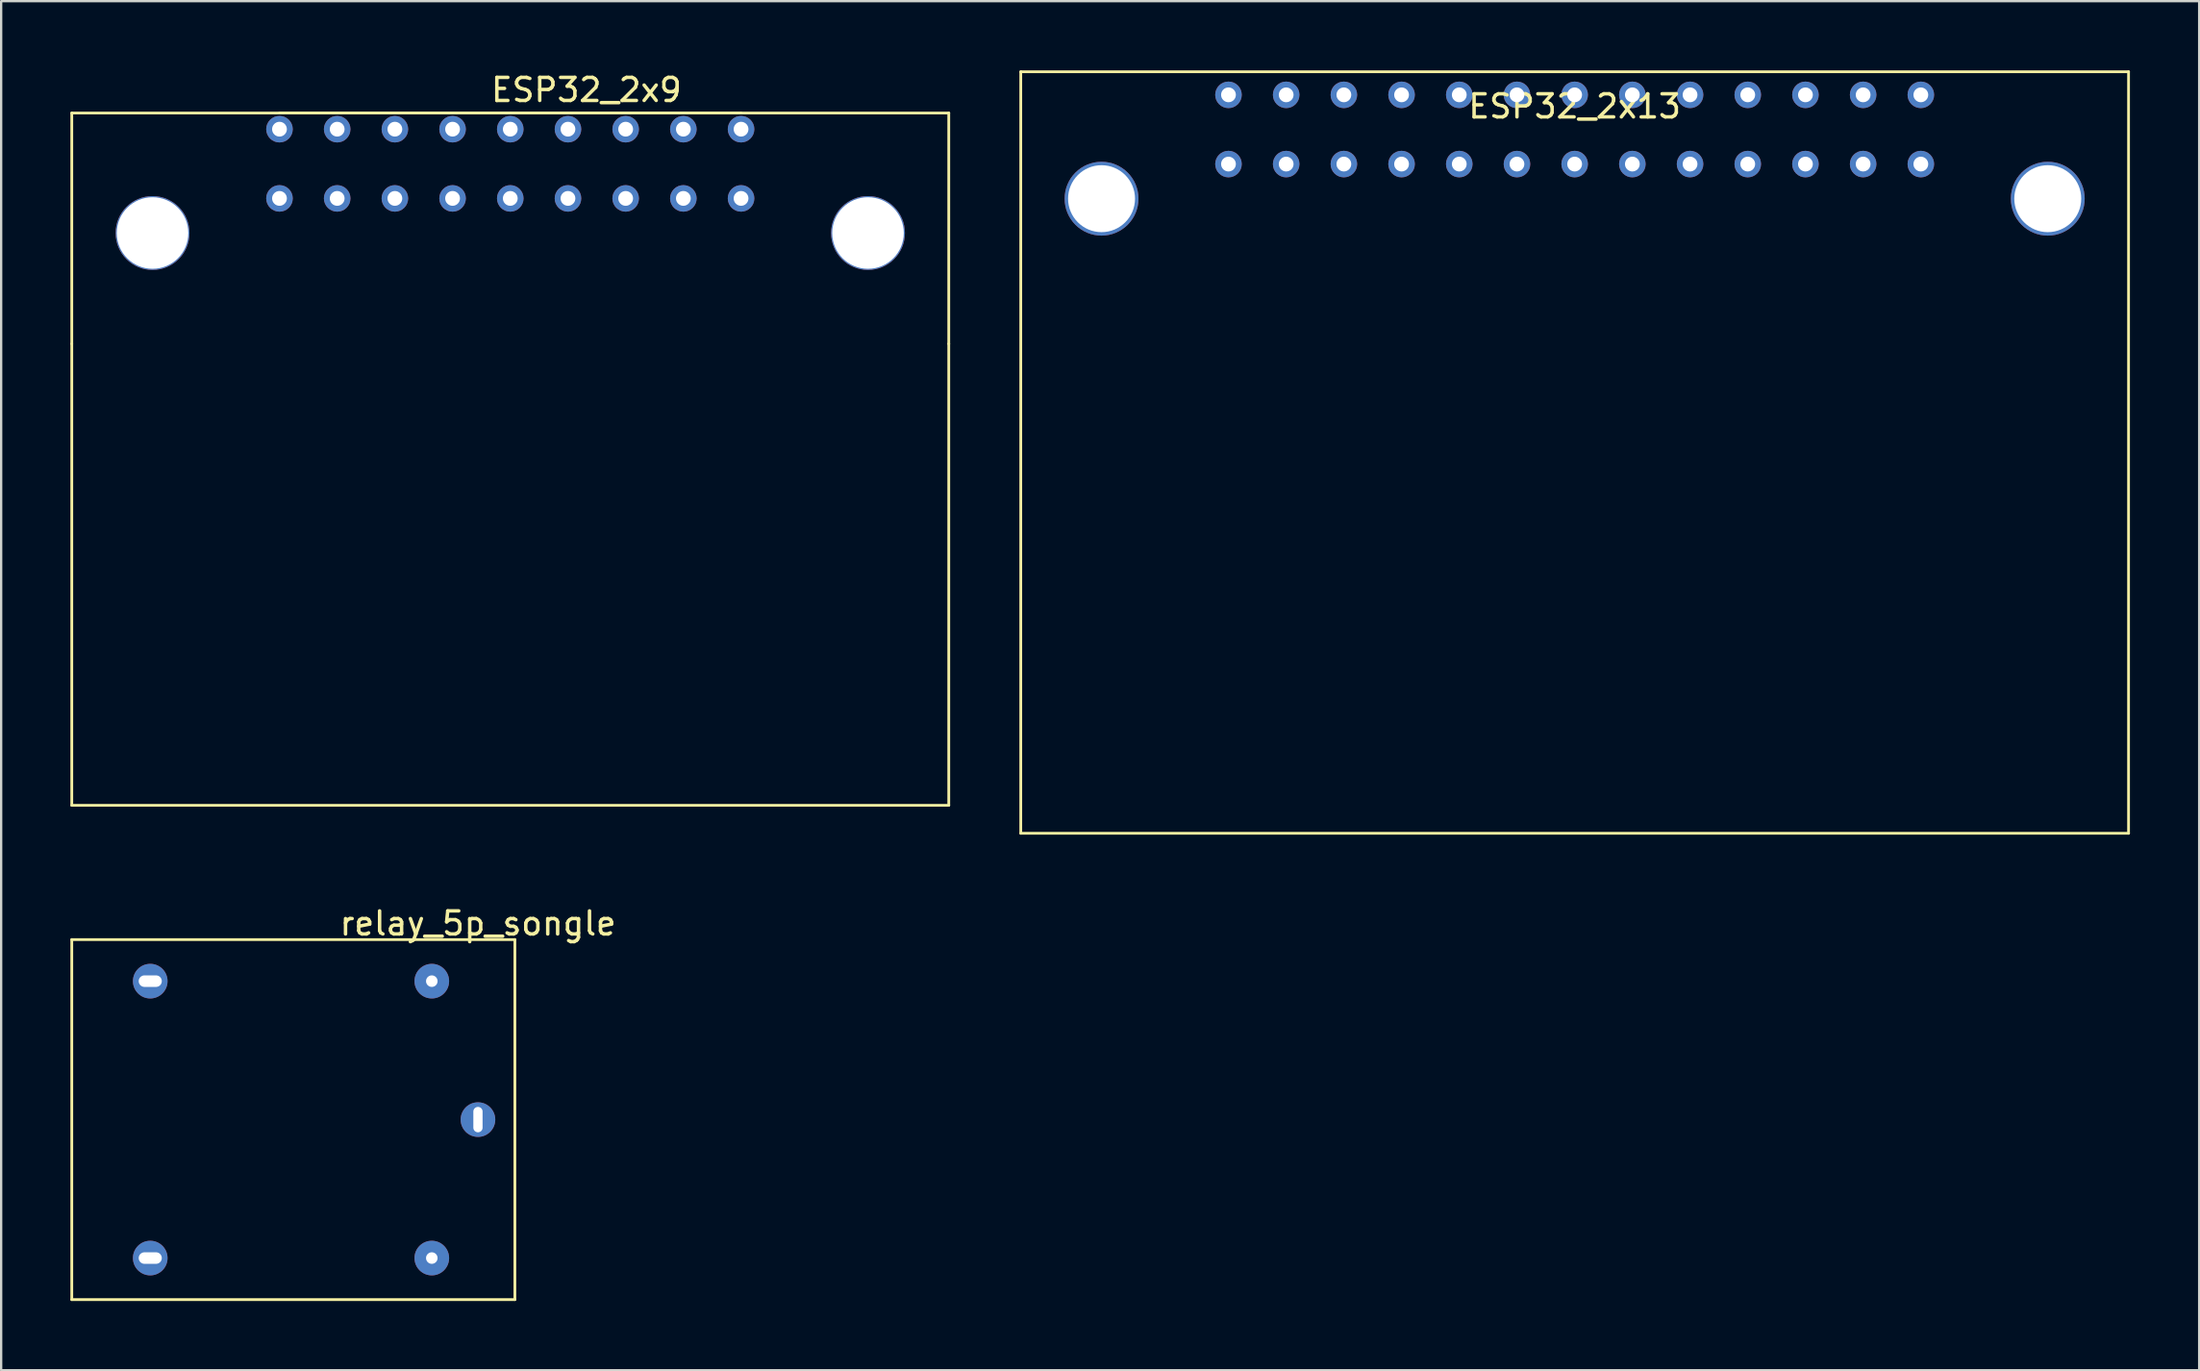
<source format=kicad_pcb>
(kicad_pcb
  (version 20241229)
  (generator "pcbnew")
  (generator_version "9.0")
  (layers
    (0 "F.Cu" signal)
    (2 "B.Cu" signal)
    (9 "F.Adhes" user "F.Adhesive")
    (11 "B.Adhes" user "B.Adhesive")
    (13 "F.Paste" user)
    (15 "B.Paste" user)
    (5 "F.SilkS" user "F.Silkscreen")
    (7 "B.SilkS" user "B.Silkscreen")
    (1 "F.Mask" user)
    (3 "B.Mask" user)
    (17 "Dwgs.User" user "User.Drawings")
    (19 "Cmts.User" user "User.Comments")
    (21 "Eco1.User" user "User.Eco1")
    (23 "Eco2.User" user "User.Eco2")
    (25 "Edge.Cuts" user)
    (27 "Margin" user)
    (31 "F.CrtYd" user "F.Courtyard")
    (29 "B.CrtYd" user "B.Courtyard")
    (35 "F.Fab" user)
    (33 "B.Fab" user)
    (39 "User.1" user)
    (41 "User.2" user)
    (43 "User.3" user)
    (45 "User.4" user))
  (footprint "ESP32_2x9"
    (layer "F.Cu")
    (at 19.06 1.848)
    (property "Reference" "ESP32_2x9" (at 3.3 -1 0) (layer "F.SilkS") (effects (font (size 1 1) (thickness 0.15))))
    (attr through_hole)
    (fp_line (start -19 0) (end -19 10) (stroke (width 0.12) (type solid)) (layer "F.SilkS"))
    (fp_line (start -19 10) (end -19 30) (stroke (width 0.12) (type solid)) (layer "F.SilkS"))
    (fp_line (start -19 30) (end 19 30) (stroke (width 0.12) (type solid)) (layer "F.SilkS"))
    (fp_line (start -10 0) (end 10 0) (stroke (width 0.12) (type solid)) (layer "F.SilkS"))
    (fp_line (start 0 0) (end -19 0) (stroke (width 0.12) (type solid)) (layer "F.SilkS"))
    (fp_line (start 19 0) (end 0 0) (stroke (width 0.12) (type solid)) (layer "F.SilkS"))
    (fp_line (start 19 10) (end 19 0) (stroke (width 0.12) (type solid)) (layer "F.SilkS"))
    (fp_line (start 19 30) (end 19 10) (stroke (width 0.12) (type solid)) (layer "F.SilkS"))
    (pad "1" thru_hole circle (at -10 0.7) (size 1.15 1.15) (drill 0.64) (layers "*.Cu" "*.Mask"))
    (pad "2" thru_hole circle (at -7.5 0.7) (size 1.15 1.15) (drill 0.64) (layers "*.Cu" "*.Mask"))
    (pad "3" thru_hole circle (at -5 0.7) (size 1.15 1.15) (drill 0.64) (layers "*.Cu" "*.Mask"))
    (pad "4" thru_hole circle (at -2.5 0.7) (size 1.15 1.15) (drill 0.64) (layers "*.Cu" "*.Mask"))
    (pad "5" thru_hole circle (at 0 0.7) (size 1.15 1.15) (drill 0.64) (layers "*.Cu" "*.Mask"))
    (pad "6" thru_hole circle (at 2.5 0.7) (size 1.15 1.15) (drill 0.64) (layers "*.Cu" "*.Mask"))
    (pad "7" thru_hole circle (at 5 0.7) (size 1.15 1.15) (drill 0.64) (layers "*.Cu" "*.Mask"))
    (pad "8" thru_hole circle (at 7.5 0.7) (size 1.15 1.15) (drill 0.64) (layers "*.Cu" "*.Mask"))
    (pad "9" thru_hole circle (at 10 0.7) (size 1.15 1.15) (drill 0.64) (layers "*.Cu" "*.Mask"))
    (pad "10" thru_hole circle (at 10 3.7) (size 1.15 1.15) (drill 0.64) (layers "*.Cu" "*.Mask"))
    (pad "11" thru_hole circle (at 7.5 3.7) (size 1.15 1.15) (drill 0.64) (layers "*.Cu" "*.Mask"))
    (pad "12" thru_hole circle (at 5 3.7) (size 1.15 1.15) (drill 0.64) (layers "*.Cu" "*.Mask"))
    (pad "13" thru_hole circle (at 2.5 3.7) (size 1.15 1.15) (drill 0.64) (layers "*.Cu" "*.Mask"))
    (pad "14" thru_hole circle (at 0 3.7) (size 1.15 1.15) (drill 0.64) (layers "*.Cu" "*.Mask"))
    (pad "15" thru_hole circle (at -2.5 3.7) (size 1.15 1.15) (drill 0.64) (layers "*.Cu" "*.Mask"))
    (pad "16" thru_hole circle (at -5 3.7) (size 1.15 1.15) (drill 0.64) (layers "*.Cu" "*.Mask"))
    (pad "17" thru_hole circle (at -7.5 3.7) (size 1.15 1.15) (drill 0.64) (layers "*.Cu" "*.Mask"))
    (pad "18" thru_hole circle (at -10 3.7) (size 1.15 1.15) (drill 0.64) (layers "*.Cu" "*.Mask"))
    (pad "19" thru_hole circle (at -15.5 5.2) (size 3.2 3.2) (drill 3.1) (layers "*.Cu" "*.Mask"))
    (pad "20" thru_hole circle (at 15.5 5.2) (size 3.2 3.2) (drill 3.1) (layers "*.Cu" "*.Mask")))
  (footprint "relay_5p_songle"
    (layer "F.Cu")
    (at 17.66 45.468)
    (property "Reference" "relay_5p_songle" (at 0 -8.5 0) (layer "F.SilkS") (effects (font (size 1 1) (thickness 0.15))))
    (attr through_hole)
    (fp_line (start -17.6 -7.8) (end -17.6 7.8) (stroke (width 0.12) (type solid)) (layer "F.SilkS"))
    (fp_line (start -17.6 7.8) (end 1.6 7.8) (stroke (width 0.12) (type solid)) (layer "F.SilkS"))
    (fp_line (start 1.6 -7.8) (end -17.6 -7.8) (stroke (width 0.12) (type solid)) (layer "F.SilkS"))
    (fp_line (start 1.6 7.8) (end 1.6 -7.8) (stroke (width 0.12) (type solid)) (layer "F.SilkS"))
    (pad "1" thru_hole circle (at 0 0 90) (size 1.5 1.5) (drill oval 1.1 0.4) (layers "*.Cu" "*.Mask"))
    (pad "2" thru_hole circle (at -2 -6 90) (size 1.5 1.5) (drill oval 0.5) (layers "*.Cu" "*.Mask"))
    (pad "3" thru_hole circle (at -2 6 90) (size 1.5 1.5) (drill oval 0.5) (layers "*.Cu" "*.Mask"))
    (pad "4" thru_hole circle (at -14.2 -6 90) (size 1.5 1.5) (drill oval 0.5 1) (layers "*.Cu" "*.Mask"))
    (pad "5" thru_hole circle (at -14.2 6 90) (size 1.5 1.5) (drill oval 0.5 1) (layers "*.Cu" "*.Mask")))
  (footprint "ESP32_2x13"
    (layer "F.Cu")
    (at 65.18 1.06)
    (property "Reference" "ESP32_2x13" (at 0 0.5 0) (layer "F.SilkS") (effects (font (size 1 1) (thickness 0.15))))
    (attr through_hole)
    (fp_line (start -24 -1) (end 24 -1) (stroke (width 0.12) (type solid)) (layer "F.SilkS"))
    (fp_line (start -24 32) (end -24 -1) (stroke (width 0.12) (type solid)) (layer "F.SilkS"))
    (fp_line (start 24 -1) (end 24 32) (stroke (width 0.12) (type solid)) (layer "F.SilkS"))
    (fp_line (start 24 32) (end -24 32) (stroke (width 0.12) (type solid)) (layer "F.SilkS"))
    (pad "1" thru_hole circle (at -15 0) (size 1.15 1.15) (drill 0.64) (layers "*.Cu" "*.Mask"))
    (pad "2" thru_hole circle (at -12.5 0) (size 1.15 1.15) (drill 0.64) (layers "*.Cu" "*.Mask"))
    (pad "3" thru_hole circle (at -10 0) (size 1.15 1.15) (drill 0.64) (layers "*.Cu" "*.Mask"))
    (pad "4" thru_hole circle (at -7.5 0) (size 1.15 1.15) (drill 0.64) (layers "*.Cu" "*.Mask"))
    (pad "5" thru_hole circle (at -5 0) (size 1.15 1.15) (drill 0.64) (layers "*.Cu" "*.Mask"))
    (pad "6" thru_hole circle (at -2.5 0) (size 1.15 1.15) (drill 0.64) (layers "*.Cu" "*.Mask"))
    (pad "7" thru_hole circle (at 0 0) (size 1.15 1.15) (drill 0.64) (layers "*.Cu" "*.Mask"))
    (pad "8" thru_hole circle (at 2.5 0) (size 1.15 1.15) (drill 0.64) (layers "*.Cu" "*.Mask"))
    (pad "9" thru_hole circle (at 5 0) (size 1.15 1.15) (drill 0.64) (layers "*.Cu" "*.Mask"))
    (pad "10" thru_hole circle (at 7.5 0) (size 1.15 1.15) (drill 0.64) (layers "*.Cu" "*.Mask"))
    (pad "11" thru_hole circle (at 10 0) (size 1.15 1.15) (drill 0.64) (layers "*.Cu" "*.Mask"))
    (pad "12" thru_hole circle (at 12.5 0) (size 1.15 1.15) (drill 0.64) (layers "*.Cu" "*.Mask"))
    (pad "13" thru_hole circle (at 15 0) (size 1.15 1.15) (drill 0.64) (layers "*.Cu" "*.Mask"))
    (pad "14" thru_hole circle (at 15 3) (size 1.15 1.15) (drill 0.64) (layers "*.Cu" "*.Mask"))
    (pad "15" thru_hole circle (at 12.5 3) (size 1.15 1.15) (drill 0.64) (layers "*.Cu" "*.Mask"))
    (pad "16" thru_hole circle (at 10 3) (size 1.15 1.15) (drill 0.64) (layers "*.Cu" "*.Mask"))
    (pad "17" thru_hole circle (at 7.5 3) (size 1.15 1.15) (drill 0.64) (layers "*.Cu" "*.Mask"))
    (pad "18" thru_hole circle (at 5 3) (size 1.15 1.15) (drill 0.64) (layers "*.Cu" "*.Mask"))
    (pad "19" thru_hole circle (at 2.5 3) (size 1.15 1.15) (drill 0.64) (layers "*.Cu" "*.Mask"))
    (pad "20" thru_hole circle (at 0 3) (size 1.15 1.15) (drill 0.64) (layers "*.Cu" "*.Mask"))
    (pad "21" thru_hole circle (at -2.5 3) (size 1.15 1.15) (drill 0.64) (layers "*.Cu" "*.Mask"))
    (pad "22" thru_hole circle (at -5 3) (size 1.15 1.15) (drill 0.64) (layers "*.Cu" "*.Mask"))
    (pad "23" thru_hole circle (at -7.5 3) (size 1.15 1.15) (drill 0.64) (layers "*.Cu" "*.Mask"))
    (pad "24" thru_hole circle (at -10 3) (size 1.15 1.15) (drill 0.64) (layers "*.Cu" "*.Mask"))
    (pad "25" thru_hole circle (at -12.5 3) (size 1.15 1.15) (drill 0.64) (layers "*.Cu" "*.Mask"))
    (pad "26" thru_hole circle (at -15 3) (size 1.15 1.15) (drill 0.64) (layers "*.Cu" "*.Mask"))
    (pad "28" thru_hole circle (at 20.5 4.5) (size 3.2 3.2) (drill 2.9) (layers "*.Cu" "*.Mask"))
    (pad "30" thru_hole circle (at -20.5 4.5) (size 3.2 3.2) (drill 2.9) (layers "*.Cu" "*.Mask")))
  (gr_rect
    (start -3 -3)
    (end 92.24 56.328)
    (stroke (width 0.1) (type default))
    (fill no)
    (layer "Edge.Cuts")))
</source>
